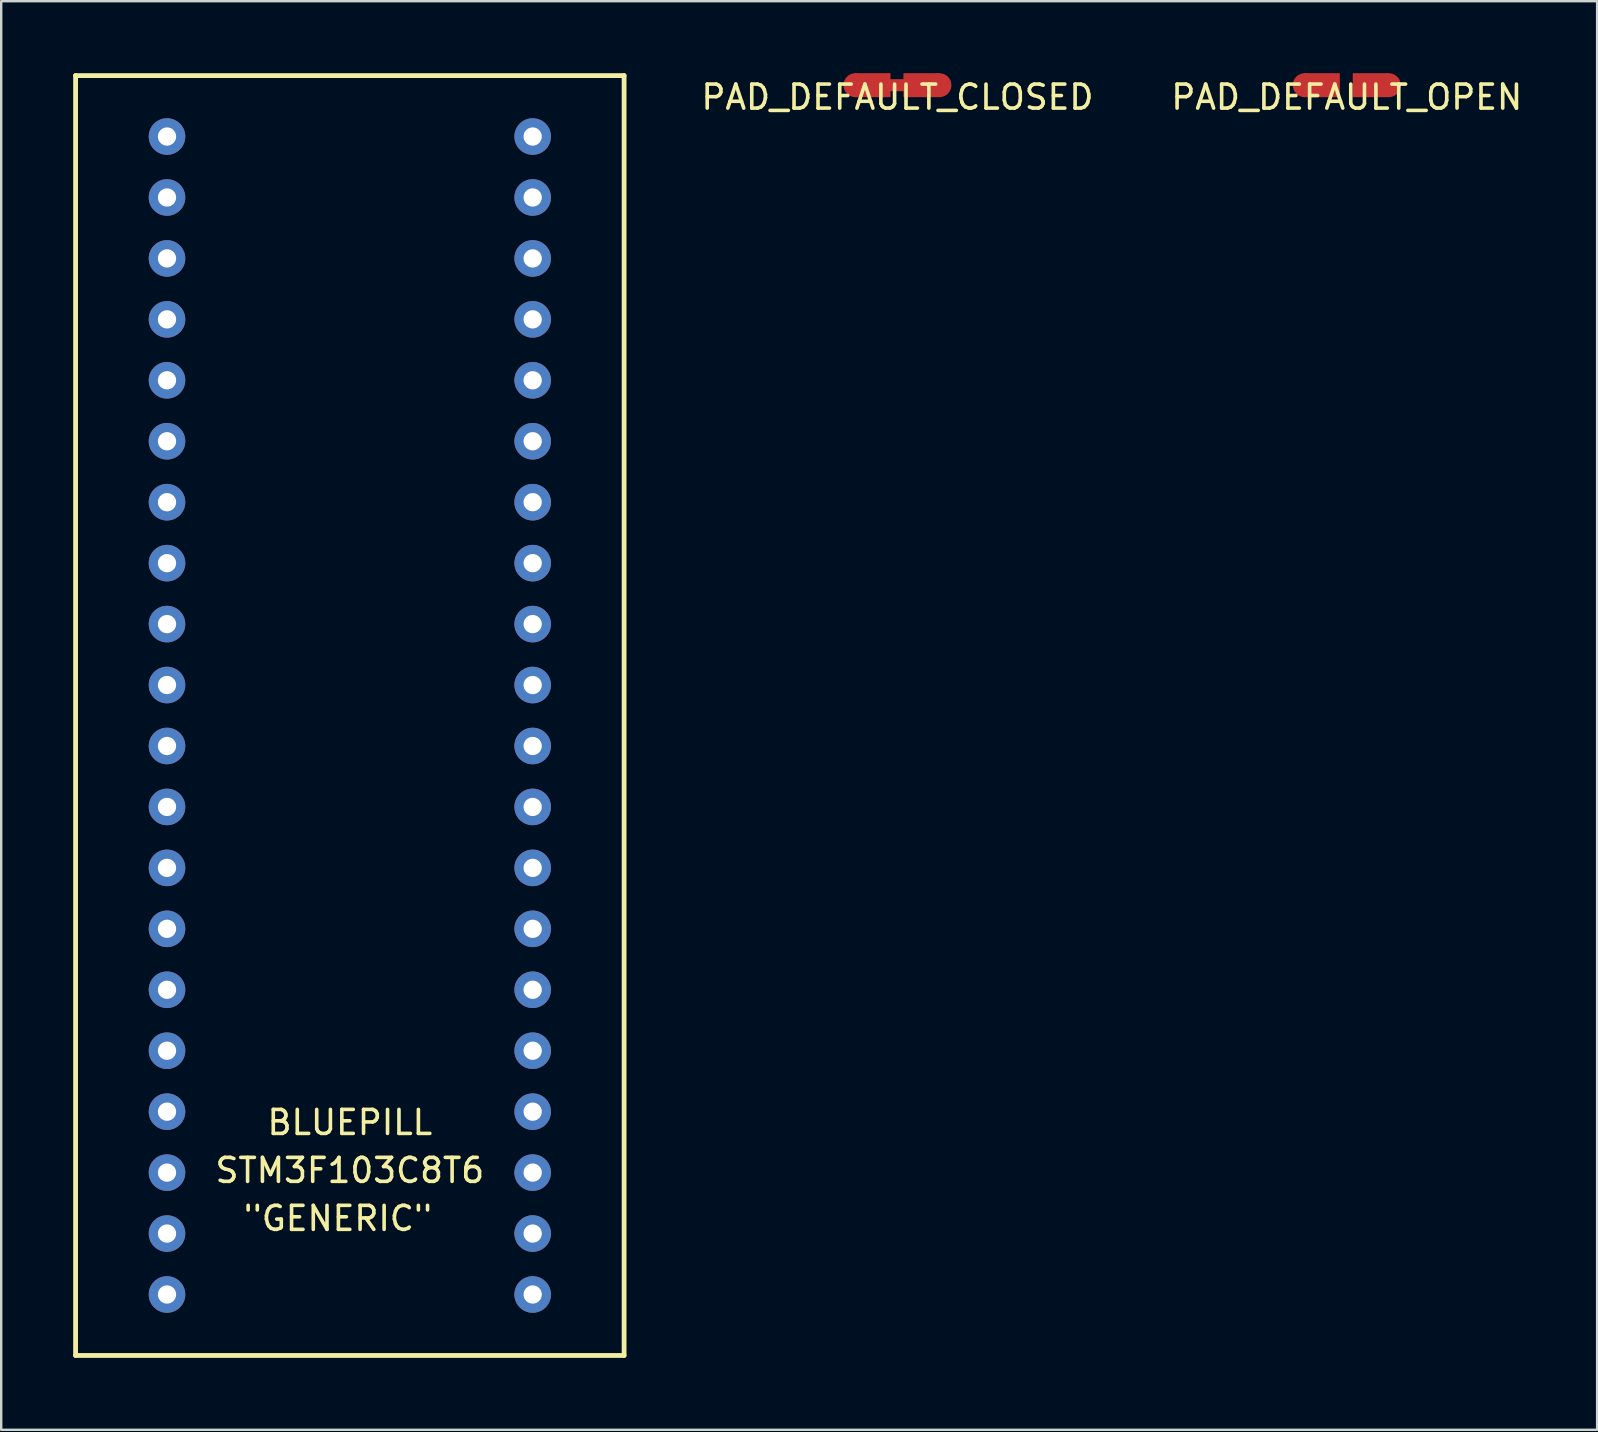
<source format=kicad_pcb>
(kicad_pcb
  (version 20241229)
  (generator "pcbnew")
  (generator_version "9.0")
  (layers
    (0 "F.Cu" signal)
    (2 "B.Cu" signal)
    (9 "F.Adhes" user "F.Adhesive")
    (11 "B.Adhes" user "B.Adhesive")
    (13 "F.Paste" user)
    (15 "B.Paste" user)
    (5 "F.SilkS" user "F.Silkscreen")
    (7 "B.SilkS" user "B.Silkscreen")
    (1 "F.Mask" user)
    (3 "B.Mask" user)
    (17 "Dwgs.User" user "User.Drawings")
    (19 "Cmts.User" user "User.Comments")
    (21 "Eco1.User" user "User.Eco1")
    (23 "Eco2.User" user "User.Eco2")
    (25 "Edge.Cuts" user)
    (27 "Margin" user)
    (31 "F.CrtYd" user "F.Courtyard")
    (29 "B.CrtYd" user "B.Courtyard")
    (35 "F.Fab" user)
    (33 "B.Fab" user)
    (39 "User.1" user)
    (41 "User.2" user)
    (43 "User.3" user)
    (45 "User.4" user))
  (footprint "PAD_DEFAULT_OPEN"
    (layer "F.Cu")
    (at 53.078 0.5)
    (property "Reference" "PAD_DEFAULT_OPEN" (at 0 0.5 0) (layer "F.SilkS") (effects (font (size 1 1) (thickness 0.15))))
    (attr through_hole)
    (pad "1" smd circle (at -1.75 0) (size 1 1) (layers "F.Cu" "F.Mask" "F.Paste"))
    (pad "1" smd rect (at -1.04 0) (size 1.5 1) (layers "F.Cu" "F.Mask" "F.Paste"))
    (pad "2" smd rect (at 1 0) (size 1.5 1) (layers "F.Cu" "F.Mask" "F.Paste"))
    (pad "2" smd circle (at 1.75 0) (size 1 1) (layers "F.Cu" "F.Mask" "F.Paste")))
  (footprint "PAD_DEFAULT_CLOSED"
    (layer "F.Cu")
    (at 34.352 0.5)
    (property "Reference" "PAD_DEFAULT_CLOSED" (at 0 0.5 0) (layer "F.SilkS") (effects (font (size 1 1) (thickness 0.15))))
    (attr through_hole)
    (pad "1" smd circle (at -1.75 0) (size 1 1) (layers "F.Cu" "F.Mask" "F.Paste"))
    (pad "1" smd rect (at -1.04 0) (size 1.5 1) (layers "F.Cu" "F.Mask" "F.Paste"))
    (pad "1" smd rect (at 0 0) (size 1 0.5) (layers "F.Cu" "F.Mask" "F.Paste"))
    (pad "1" smd rect (at 1 0) (size 1.5 1) (layers "F.Cu" "F.Mask" "F.Paste"))
    (pad "1" smd circle (at 1.75 0) (size 1 1) (layers "F.Cu" "F.Mask" "F.Paste")))
  (footprint "BLUEPILL"
    (layer "F.Cu")
    (at 11.53 24.23)
    (property "Reference" "BLUEPILL" (at 0 19.5 0) (layer "F.SilkS") (effects (font (size 1 1) (thickness 0.15))))
    (attr through_hole)
    (fp_line (start -11.43 -24.13) (end 11.43 -24.13) (stroke (width 0.2) (type solid)) (layer "F.SilkS"))
    (fp_line (start -11.43 29.21) (end -11.43 -24.13) (stroke (width 0.2) (type solid)) (layer "F.SilkS"))
    (fp_line (start 11.43 -24.13) (end 11.43 29.21) (stroke (width 0.2) (type solid)) (layer "F.SilkS"))
    (fp_line (start 11.43 29.21) (end -11.43 29.21) (stroke (width 0.2) (type solid)) (layer "F.SilkS"))
    (fp_text user "\"GENERIC\"" (at -0.5 23.5 0) (layer "F.SilkS") (effects (font (size 1 1) (thickness 0.15))))
    (fp_text user "STM3F103C8T6" (at 0 21.5 0) (layer "F.SilkS") (effects (font (size 1 1) (thickness 0.15))))
    (pad "1" thru_hole circle (at -7.62 -21.59) (size 1.524 1.524) (drill 0.762) (layers "*.Cu" "*.Mask"))
    (pad "2" thru_hole circle (at -7.62 -19.05) (size 1.524 1.524) (drill 0.762) (layers "*.Cu" "*.Mask"))
    (pad "3" thru_hole circle (at -7.62 -16.51) (size 1.524 1.524) (drill 0.762) (layers "*.Cu" "*.Mask"))
    (pad "4" thru_hole circle (at -7.62 -13.97) (size 1.524 1.524) (drill 0.762) (layers "*.Cu" "*.Mask"))
    (pad "7" thru_hole circle (at -7.62 19.05) (size 1.524 1.524) (drill 0.762) (layers "*.Cu" "*.Mask"))
    (pad "10" thru_hole circle (at -7.62 -11.43) (size 1.524 1.524) (drill 0.762) (layers "*.Cu" "*.Mask"))
    (pad "11" thru_hole circle (at -7.62 -8.89) (size 1.524 1.524) (drill 0.762) (layers "*.Cu" "*.Mask"))
    (pad "12" thru_hole circle (at -7.62 -6.35) (size 1.524 1.524) (drill 0.762) (layers "*.Cu" "*.Mask"))
    (pad "13" thru_hole circle (at -7.62 -3.81) (size 1.524 1.524) (drill 0.762) (layers "*.Cu" "*.Mask"))
    (pad "14" thru_hole circle (at -7.62 -1.27) (size 1.524 1.524) (drill 0.762) (layers "*.Cu" "*.Mask"))
    (pad "15" thru_hole circle (at -7.62 1.27) (size 1.524 1.524) (drill 0.762) (layers "*.Cu" "*.Mask"))
    (pad "16" thru_hole circle (at -7.62 3.81) (size 1.524 1.524) (drill 0.762) (layers "*.Cu" "*.Mask"))
    (pad "17" thru_hole circle (at -7.62 6.35) (size 1.524 1.524) (drill 0.762) (layers "*.Cu" "*.Mask"))
    (pad "18" thru_hole circle (at -7.62 8.89) (size 1.524 1.524) (drill 0.762) (layers "*.Cu" "*.Mask"))
    (pad "19" thru_hole circle (at -7.62 11.43) (size 1.524 1.524) (drill 0.762) (layers "*.Cu" "*.Mask"))
    (pad "21" thru_hole circle (at -7.62 13.97) (size 1.524 1.524) (drill 0.762) (layers "*.Cu" "*.Mask"))
    (pad "22" thru_hole circle (at -7.62 16.51) (size 1.524 1.524) (drill 0.762) (layers "*.Cu" "*.Mask"))
    (pad "25" thru_hole circle (at 7.62 26.67) (size 1.524 1.524) (drill 0.762) (layers "*.Cu" "*.Mask"))
    (pad "26" thru_hole circle (at 7.62 24.13) (size 1.524 1.524) (drill 0.762) (layers "*.Cu" "*.Mask"))
    (pad "27" thru_hole circle (at 7.62 21.59) (size 1.524 1.524) (drill 0.762) (layers "*.Cu" "*.Mask"))
    (pad "28" thru_hole circle (at 7.62 19.05) (size 1.524 1.524) (drill 0.762) (layers "*.Cu" "*.Mask"))
    (pad "29" thru_hole circle (at 7.62 16.51) (size 1.524 1.524) (drill 0.762) (layers "*.Cu" "*.Mask"))
    (pad "30" thru_hole circle (at 7.62 13.97) (size 1.524 1.524) (drill 0.762) (layers "*.Cu" "*.Mask"))
    (pad "31" thru_hole circle (at 7.62 11.43) (size 1.524 1.524) (drill 0.762) (layers "*.Cu" "*.Mask"))
    (pad "32" thru_hole circle (at 7.62 8.89) (size 1.524 1.524) (drill 0.762) (layers "*.Cu" "*.Mask"))
    (pad "33" thru_hole circle (at 7.62 6.35) (size 1.524 1.524) (drill 0.762) (layers "*.Cu" "*.Mask"))
    (pad "38" thru_hole circle (at 7.62 3.81) (size 1.524 1.524) (drill 0.762) (layers "*.Cu" "*.Mask"))
    (pad "39" thru_hole circle (at 7.62 1.27) (size 1.524 1.524) (drill 0.762) (layers "*.Cu" "*.Mask"))
    (pad "40" thru_hole circle (at 7.62 -1.27) (size 1.524 1.524) (drill 0.762) (layers "*.Cu" "*.Mask"))
    (pad "41" thru_hole circle (at 7.62 -3.81) (size 1.524 1.524) (drill 0.762) (layers "*.Cu" "*.Mask"))
    (pad "42" thru_hole circle (at 7.62 -6.35) (size 1.524 1.524) (drill 0.762) (layers "*.Cu" "*.Mask"))
    (pad "43" thru_hole circle (at 7.62 -8.89) (size 1.524 1.524) (drill 0.762) (layers "*.Cu" "*.Mask"))
    (pad "45" thru_hole circle (at 7.62 -11.43) (size 1.524 1.524) (drill 0.762) (layers "*.Cu" "*.Mask"))
    (pad "46" thru_hole circle (at 7.62 -13.97) (size 1.524 1.524) (drill 0.762) (layers "*.Cu" "*.Mask"))
    (pad "70" thru_hole circle (at -7.62 21.59) (size 1.524 1.524) (drill 0.762) (layers "*.Cu" "*.Mask"))
    (pad "71" thru_hole circle (at -7.62 24.13) (size 1.524 1.524) (drill 0.762) (layers "*.Cu" "*.Mask"))
    (pad "72" thru_hole circle (at -7.62 26.67) (size 1.524 1.524) (drill 0.762) (layers "*.Cu" "*.Mask"))
    (pad "73" thru_hole circle (at 7.62 -21.59) (size 1.524 1.524) (drill 0.762) (layers "*.Cu" "*.Mask"))
    (pad "74" thru_hole circle (at 7.62 -19.05) (size 1.524 1.524) (drill 0.762) (layers "*.Cu" "*.Mask"))
    (pad "75" thru_hole circle (at 7.62 -16.51) (size 1.524 1.524) (drill 0.762) (layers "*.Cu" "*.Mask")))
  (gr_rect
    (start -3 -3)
    (end 63.512 56.54)
    (stroke (width 0.1) (type default))
    (fill no)
    (layer "Edge.Cuts")))
</source>
